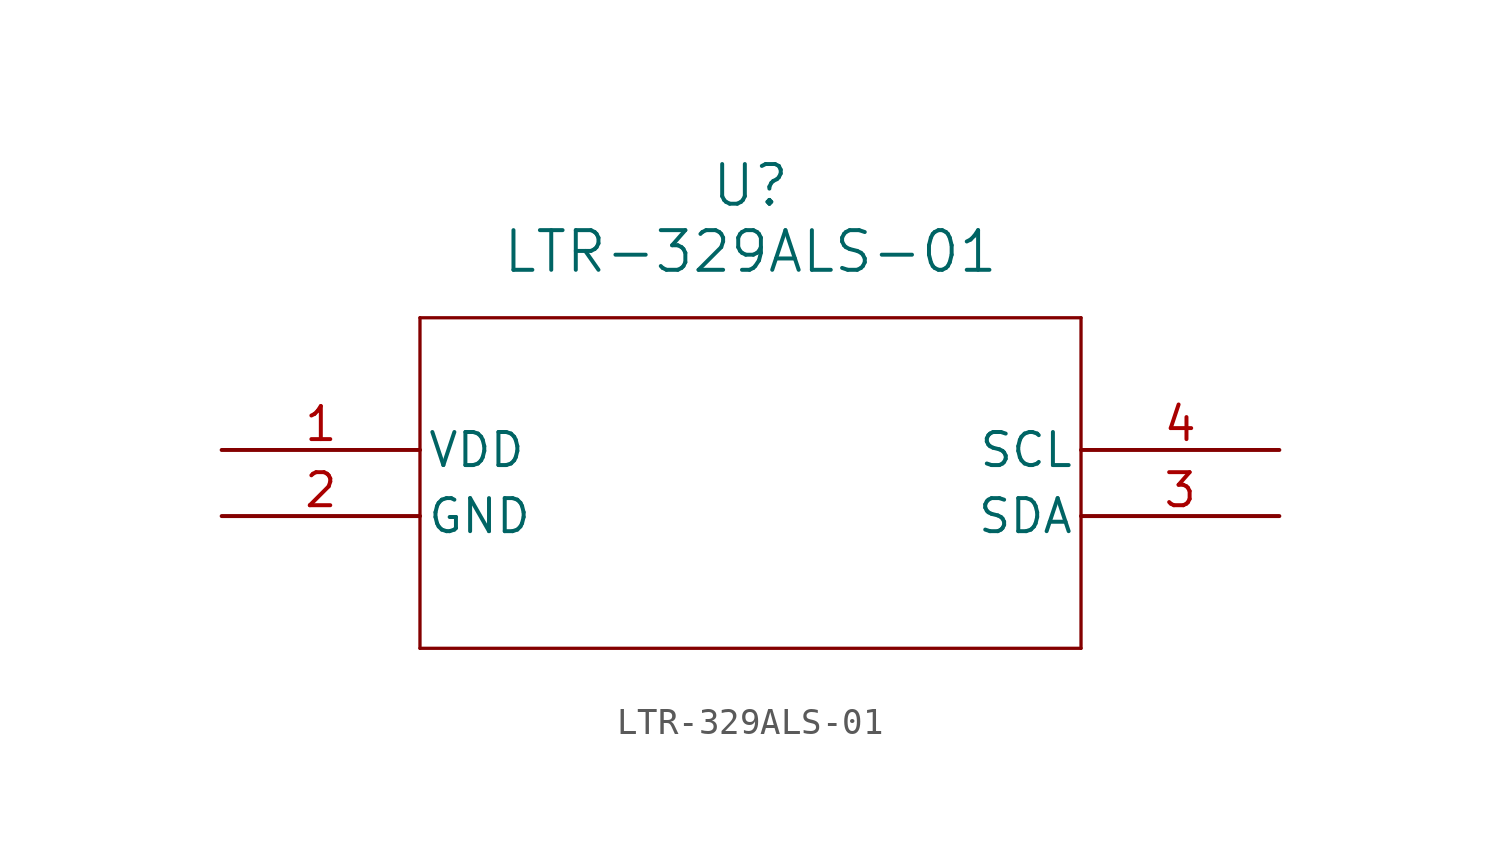
<source format=kicad_sym>
(kicad_symbol_lib
  (version 20211014)
  (generator kicad_symbol_editor)
  (symbol "LTR-329ALS-01"
    (pin_names
      (offset 0.254))
    (property "Reference" "U"
      (at 20.32 10.16 0)
      (effects (font (size 1.524 1.524))))
    (property "Value" "LTR-329ALS-01"
      (at 20.32 7.62 0)
      (effects (font (size 1.524 1.524))))
    (symbol "LTR-329ALS-01_0_1"
      (polyline (pts (xy 7.62 5.08) (xy 7.62 -7.62)) (stroke (width 0.127) (type default) (color 0 0 0 0)) (fill (type none)))
      (polyline (pts (xy 7.62 -7.62) (xy 33.02 -7.62)) (stroke (width 0.127) (type default) (color 0 0 0 0)) (fill (type none)))
      (polyline (pts (xy 33.02 -7.62) (xy 33.02 5.08)) (stroke (width 0.127) (type default) (color 0 0 0 0)) (fill (type none)))
      (polyline (pts (xy 33.02 5.08) (xy 7.62 5.08)) (stroke (width 0.127) (type default) (color 0 0 0 0)) (fill (type none)))
      (pin power_in line (at 0 0 0) (length 7.62) (name "VDD" (effects (font (size 1.27 1.27)))) (number "1" (effects (font (size 1.27 1.27)))))
      (pin power_out line (at 0 -2.54 0) (length 7.62) (name "GND" (effects (font (size 1.27 1.27)))) (number "2" (effects (font (size 1.27 1.27)))))
      (pin bidirectional line (at 40.64 -2.54 180) (length 7.62) (name "SDA" (effects (font (size 1.27 1.27)))) (number "3" (effects (font (size 1.27 1.27)))))
      (pin input line (at 40.64 0 180) (length 7.62) (name "SCL" (effects (font (size 1.27 1.27)))) (number "4" (effects (font (size 1.27 1.27))))))))
</source>
